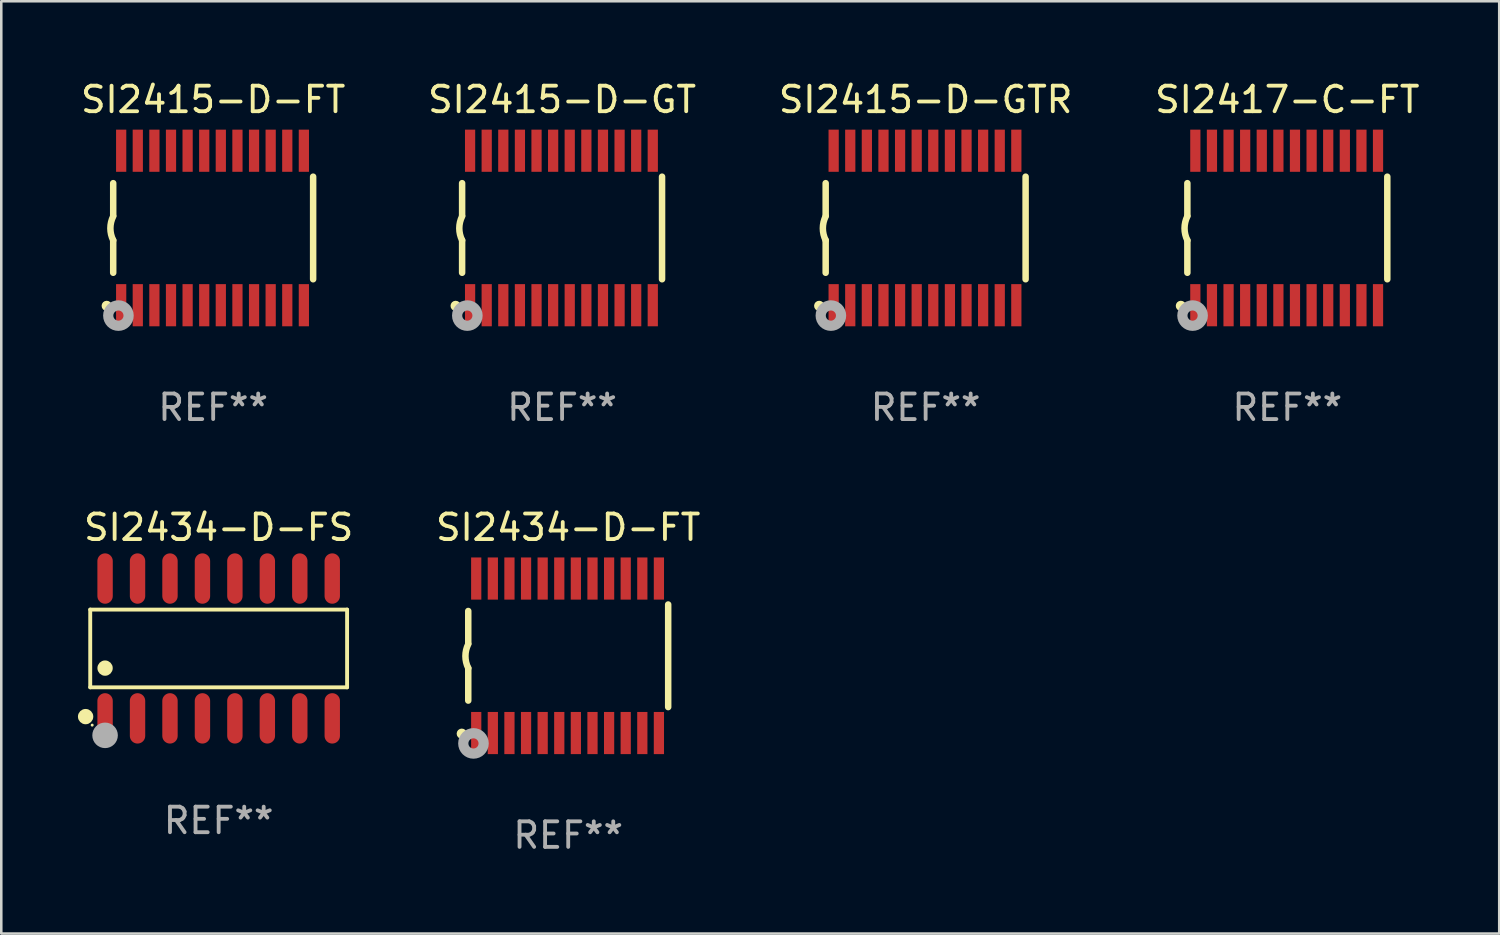
<source format=kicad_pcb>
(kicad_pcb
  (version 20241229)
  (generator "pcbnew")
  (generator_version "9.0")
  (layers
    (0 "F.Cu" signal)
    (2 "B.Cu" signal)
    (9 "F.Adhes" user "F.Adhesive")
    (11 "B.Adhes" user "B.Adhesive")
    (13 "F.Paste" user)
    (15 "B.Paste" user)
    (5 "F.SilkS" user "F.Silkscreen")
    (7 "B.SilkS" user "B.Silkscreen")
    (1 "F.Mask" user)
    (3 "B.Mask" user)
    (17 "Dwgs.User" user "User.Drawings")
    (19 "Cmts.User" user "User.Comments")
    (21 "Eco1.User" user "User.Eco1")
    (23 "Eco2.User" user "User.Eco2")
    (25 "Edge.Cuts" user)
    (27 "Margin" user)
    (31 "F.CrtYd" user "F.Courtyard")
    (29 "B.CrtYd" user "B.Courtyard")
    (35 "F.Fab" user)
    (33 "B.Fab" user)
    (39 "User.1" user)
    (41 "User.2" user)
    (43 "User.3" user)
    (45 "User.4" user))
  (footprint "SI2415-D-GT"
    (layer "F.Cu")
    (at 18.946 5.871)
    (property "Reference" "SI2415-D-GT" (at 0 -5.023 0) (layer "F.SilkS") (effects (font (size 1 1) (thickness 0.15))))
    (attr through_hole)
    (fp_line (start -3.912 -0.483) (end -3.912 -1.753) (stroke (width 0.254) (type solid)) (layer "F.SilkS"))
    (fp_line (start -3.912 1.753) (end -3.912 0.483) (stroke (width 0.254) (type solid)) (layer "F.SilkS"))
    (fp_line (start 3.912 -2.007) (end 3.912 2.007) (stroke (width 0.254) (type solid)) (layer "F.SilkS"))
    (fp_arc (start -3.911608 0.482601) (mid -4.022537 0.0127) (end -3.911608 -0.457201) (stroke (width 0.254001) (type solid)) (layer "F.SilkS"))
    (fp_circle (center -4.166 3.048) (end -4.066 3.048) (stroke (width 0.2) (type solid)) (fill no) (layer "F.SilkS"))
    (fp_circle (center -3.925 3.186) (end -3.895 3.186) (stroke (width 0.06) (type solid)) (fill no) (layer "F.SilkS"))
    (fp_circle (center -3.708 3.429) (end -3.509 3.429) (stroke (width 0.4) (type solid)) (fill no) (layer "F.Fab"))
    (fp_text user "REF**" (at 0 7.023 0) (layer "F.Fab") (effects (font (size 1 1) (thickness 0.15))))
    (pad "1" smd rect (at -3.6 3.023) (size 0.4 1.65) (layers "F.Cu" "F.Mask" "F.Paste"))
    (pad "2" smd rect (at -2.95 3.023) (size 0.4 1.65) (layers "F.Cu" "F.Mask" "F.Paste"))
    (pad "3" smd rect (at -2.3 3.023) (size 0.4 1.65) (layers "F.Cu" "F.Mask" "F.Paste"))
    (pad "4" smd rect (at -1.65 3.023) (size 0.4 1.65) (layers "F.Cu" "F.Mask" "F.Paste"))
    (pad "5" smd rect (at -1 3.023) (size 0.4 1.65) (layers "F.Cu" "F.Mask" "F.Paste"))
    (pad "6" smd rect (at -0.35 3.023) (size 0.4 1.65) (layers "F.Cu" "F.Mask" "F.Paste"))
    (pad "7" smd rect (at 0.299 3.023) (size 0.4 1.65) (layers "F.Cu" "F.Mask" "F.Paste"))
    (pad "8" smd rect (at 0.95 3.023) (size 0.4 1.65) (layers "F.Cu" "F.Mask" "F.Paste"))
    (pad "9" smd rect (at 1.6 3.023) (size 0.4 1.65) (layers "F.Cu" "F.Mask" "F.Paste"))
    (pad "10" smd rect (at 2.25 3.023) (size 0.4 1.65) (layers "F.Cu" "F.Mask" "F.Paste"))
    (pad "11" smd rect (at 2.9 3.023) (size 0.4 1.65) (layers "F.Cu" "F.Mask" "F.Paste"))
    (pad "12" smd rect (at 3.549 3.023) (size 0.4 1.65) (layers "F.Cu" "F.Mask" "F.Paste"))
    (pad "13" smd rect (at 3.549 -3.023) (size 0.4 1.65) (layers "F.Cu" "F.Mask" "F.Paste"))
    (pad "14" smd rect (at 2.9 -3.023) (size 0.4 1.65) (layers "F.Cu" "F.Mask" "F.Paste"))
    (pad "15" smd rect (at 2.25 -3.023) (size 0.4 1.65) (layers "F.Cu" "F.Mask" "F.Paste"))
    (pad "16" smd rect (at 1.6 -3.023) (size 0.4 1.65) (layers "F.Cu" "F.Mask" "F.Paste"))
    (pad "17" smd rect (at 0.95 -3.023) (size 0.4 1.65) (layers "F.Cu" "F.Mask" "F.Paste"))
    (pad "18" smd rect (at 0.299 -3.023) (size 0.4 1.65) (layers "F.Cu" "F.Mask" "F.Paste"))
    (pad "19" smd rect (at -0.35 -3.023) (size 0.4 1.65) (layers "F.Cu" "F.Mask" "F.Paste"))
    (pad "20" smd rect (at -1 -3.023) (size 0.4 1.65) (layers "F.Cu" "F.Mask" "F.Paste"))
    (pad "21" smd rect (at -1.65 -3.023) (size 0.4 1.65) (layers "F.Cu" "F.Mask" "F.Paste"))
    (pad "22" smd rect (at -2.3 -3.023) (size 0.4 1.65) (layers "F.Cu" "F.Mask" "F.Paste"))
    (pad "23" smd rect (at -2.95 -3.023) (size 0.4 1.65) (layers "F.Cu" "F.Mask" "F.Paste"))
    (pad "24" smd rect (at -3.6 -3.023) (size 0.4 1.65) (layers "F.Cu" "F.Mask" "F.Paste")))
  (footprint "SI2434-D-FT"
    (layer "F.Cu")
    (at 19.186 22.613)
    (property "Reference" "SI2434-D-FT" (at 0 -5.023 0) (layer "F.SilkS") (effects (font (size 1 1) (thickness 0.15))))
    (attr through_hole)
    (fp_line (start -3.912 -0.483) (end -3.912 -1.753) (stroke (width 0.254) (type solid)) (layer "F.SilkS"))
    (fp_line (start -3.912 1.753) (end -3.912 0.483) (stroke (width 0.254) (type solid)) (layer "F.SilkS"))
    (fp_line (start 3.912 -2.007) (end 3.912 2.007) (stroke (width 0.254) (type solid)) (layer "F.SilkS"))
    (fp_arc (start -3.911608 0.482601) (mid -4.022537 0.0127) (end -3.911608 -0.457201) (stroke (width 0.254001) (type solid)) (layer "F.SilkS"))
    (fp_circle (center -4.166 3.048) (end -4.066 3.048) (stroke (width 0.2) (type solid)) (fill no) (layer "F.SilkS"))
    (fp_circle (center -3.925 3.186) (end -3.895 3.186) (stroke (width 0.06) (type solid)) (fill no) (layer "F.SilkS"))
    (fp_circle (center -3.708 3.429) (end -3.509 3.429) (stroke (width 0.4) (type solid)) (fill no) (layer "F.Fab"))
    (fp_text user "REF**" (at 0 7.023 0) (layer "F.Fab") (effects (font (size 1 1) (thickness 0.15))))
    (pad "1" smd rect (at -3.6 3.023) (size 0.4 1.65) (layers "F.Cu" "F.Mask" "F.Paste"))
    (pad "2" smd rect (at -2.95 3.023) (size 0.4 1.65) (layers "F.Cu" "F.Mask" "F.Paste"))
    (pad "3" smd rect (at -2.3 3.023) (size 0.4 1.65) (layers "F.Cu" "F.Mask" "F.Paste"))
    (pad "4" smd rect (at -1.65 3.023) (size 0.4 1.65) (layers "F.Cu" "F.Mask" "F.Paste"))
    (pad "5" smd rect (at -1 3.023) (size 0.4 1.65) (layers "F.Cu" "F.Mask" "F.Paste"))
    (pad "6" smd rect (at -0.35 3.023) (size 0.4 1.65) (layers "F.Cu" "F.Mask" "F.Paste"))
    (pad "7" smd rect (at 0.299 3.023) (size 0.4 1.65) (layers "F.Cu" "F.Mask" "F.Paste"))
    (pad "8" smd rect (at 0.95 3.023) (size 0.4 1.65) (layers "F.Cu" "F.Mask" "F.Paste"))
    (pad "9" smd rect (at 1.6 3.023) (size 0.4 1.65) (layers "F.Cu" "F.Mask" "F.Paste"))
    (pad "10" smd rect (at 2.25 3.023) (size 0.4 1.65) (layers "F.Cu" "F.Mask" "F.Paste"))
    (pad "11" smd rect (at 2.9 3.023) (size 0.4 1.65) (layers "F.Cu" "F.Mask" "F.Paste"))
    (pad "12" smd rect (at 3.549 3.023) (size 0.4 1.65) (layers "F.Cu" "F.Mask" "F.Paste"))
    (pad "13" smd rect (at 3.549 -3.023) (size 0.4 1.65) (layers "F.Cu" "F.Mask" "F.Paste"))
    (pad "14" smd rect (at 2.9 -3.023) (size 0.4 1.65) (layers "F.Cu" "F.Mask" "F.Paste"))
    (pad "15" smd rect (at 2.25 -3.023) (size 0.4 1.65) (layers "F.Cu" "F.Mask" "F.Paste"))
    (pad "16" smd rect (at 1.6 -3.023) (size 0.4 1.65) (layers "F.Cu" "F.Mask" "F.Paste"))
    (pad "17" smd rect (at 0.95 -3.023) (size 0.4 1.65) (layers "F.Cu" "F.Mask" "F.Paste"))
    (pad "18" smd rect (at 0.299 -3.023) (size 0.4 1.65) (layers "F.Cu" "F.Mask" "F.Paste"))
    (pad "19" smd rect (at -0.35 -3.023) (size 0.4 1.65) (layers "F.Cu" "F.Mask" "F.Paste"))
    (pad "20" smd rect (at -1 -3.023) (size 0.4 1.65) (layers "F.Cu" "F.Mask" "F.Paste"))
    (pad "21" smd rect (at -1.65 -3.023) (size 0.4 1.65) (layers "F.Cu" "F.Mask" "F.Paste"))
    (pad "22" smd rect (at -2.3 -3.023) (size 0.4 1.65) (layers "F.Cu" "F.Mask" "F.Paste"))
    (pad "23" smd rect (at -2.95 -3.023) (size 0.4 1.65) (layers "F.Cu" "F.Mask" "F.Paste"))
    (pad "24" smd rect (at -3.6 -3.023) (size 0.4 1.65) (layers "F.Cu" "F.Mask" "F.Paste")))
  (footprint "SI2434-D-FS"
    (layer "F.Cu")
    (at 5.507 22.326)
    (property "Reference" "SI2434-D-FS" (at 0 -4.736 0) (layer "F.SilkS") (effects (font (size 1 1) (thickness 0.15))))
    (attr through_hole)
    (fp_line (start -5.026 -1.521) (end 5.026 -1.521) (stroke (width 0.152) (type solid)) (layer "F.SilkS"))
    (fp_line (start -5.026 1.521) (end -5.026 -1.521) (stroke (width 0.152) (type solid)) (layer "F.SilkS"))
    (fp_line (start 5.026 -1.521) (end 5.026 1.521) (stroke (width 0.152) (type solid)) (layer "F.SilkS"))
    (fp_line (start 5.026 1.521) (end -5.026 1.521) (stroke (width 0.152) (type solid)) (layer "F.SilkS"))
    (fp_circle (center -5.207 2.667) (end -5.057 2.667) (stroke (width 0.3) (type solid)) (fill no) (layer "F.SilkS"))
    (fp_circle (center -4.95 3) (end -4.92 3) (stroke (width 0.06) (type solid)) (fill no) (layer "F.SilkS"))
    (fp_circle (center -4.445 0.769) (end -4.295 0.769) (stroke (width 0.3) (type solid)) (fill no) (layer "F.SilkS"))
    (fp_circle (center -4.445 3.4) (end -4.195 3.4) (stroke (width 0.5) (type solid)) (fill no) (layer "F.Fab"))
    (fp_text user "REF**" (at 0 6.736 0) (layer "F.Fab") (effects (font (size 1 1) (thickness 0.15))))
    (pad "1" smd oval (at -4.445 2.736) (size 0.602 1.971) (layers "F.Cu" "F.Mask" "F.Paste"))
    (pad "2" smd oval (at -3.175 2.736) (size 0.602 1.971) (layers "F.Cu" "F.Mask" "F.Paste"))
    (pad "3" smd oval (at -1.905 2.736) (size 0.602 1.971) (layers "F.Cu" "F.Mask" "F.Paste"))
    (pad "4" smd oval (at -0.635 2.736) (size 0.602 1.971) (layers "F.Cu" "F.Mask" "F.Paste"))
    (pad "5" smd oval (at 0.635 2.736) (size 0.602 1.971) (layers "F.Cu" "F.Mask" "F.Paste"))
    (pad "6" smd oval (at 1.905 2.736) (size 0.602 1.971) (layers "F.Cu" "F.Mask" "F.Paste"))
    (pad "7" smd oval (at 3.175 2.736) (size 0.602 1.971) (layers "F.Cu" "F.Mask" "F.Paste"))
    (pad "8" smd oval (at 4.445 2.736) (size 0.602 1.971) (layers "F.Cu" "F.Mask" "F.Paste"))
    (pad "9" smd oval (at 4.445 -2.736) (size 0.602 1.971) (layers "F.Cu" "F.Mask" "F.Paste"))
    (pad "10" smd oval (at 3.175 -2.736) (size 0.602 1.971) (layers "F.Cu" "F.Mask" "F.Paste"))
    (pad "11" smd oval (at 1.905 -2.736) (size 0.602 1.971) (layers "F.Cu" "F.Mask" "F.Paste"))
    (pad "12" smd oval (at 0.635 -2.736) (size 0.602 1.971) (layers "F.Cu" "F.Mask" "F.Paste"))
    (pad "13" smd oval (at -0.635 -2.736) (size 0.602 1.971) (layers "F.Cu" "F.Mask" "F.Paste"))
    (pad "14" smd oval (at -1.905 -2.736) (size 0.602 1.971) (layers "F.Cu" "F.Mask" "F.Paste"))
    (pad "15" smd oval (at -3.175 -2.736) (size 0.602 1.971) (layers "F.Cu" "F.Mask" "F.Paste"))
    (pad "16" smd oval (at -4.445 -2.736) (size 0.602 1.971) (layers "F.Cu" "F.Mask" "F.Paste")))
  (footprint "SI2415-D-GTR"
    (layer "F.Cu")
    (at 33.173 5.871)
    (property "Reference" "SI2415-D-GTR" (at 0 -5.023 0) (layer "F.SilkS") (effects (font (size 1 1) (thickness 0.15))))
    (attr through_hole)
    (fp_line (start -3.912 -0.483) (end -3.912 -1.753) (stroke (width 0.254) (type solid)) (layer "F.SilkS"))
    (fp_line (start -3.912 1.753) (end -3.912 0.483) (stroke (width 0.254) (type solid)) (layer "F.SilkS"))
    (fp_line (start 3.912 -2.007) (end 3.912 2.007) (stroke (width 0.254) (type solid)) (layer "F.SilkS"))
    (fp_arc (start -3.911608 0.482601) (mid -4.022537 0.0127) (end -3.911608 -0.457201) (stroke (width 0.254001) (type solid)) (layer "F.SilkS"))
    (fp_circle (center -4.166 3.048) (end -4.066 3.048) (stroke (width 0.2) (type solid)) (fill no) (layer "F.SilkS"))
    (fp_circle (center -3.925 3.186) (end -3.895 3.186) (stroke (width 0.06) (type solid)) (fill no) (layer "F.SilkS"))
    (fp_circle (center -3.708 3.429) (end -3.509 3.429) (stroke (width 0.4) (type solid)) (fill no) (layer "F.Fab"))
    (fp_text user "REF**" (at 0 7.023 0) (layer "F.Fab") (effects (font (size 1 1) (thickness 0.15))))
    (pad "1" smd rect (at -3.6 3.023) (size 0.4 1.65) (layers "F.Cu" "F.Mask" "F.Paste"))
    (pad "2" smd rect (at -2.95 3.023) (size 0.4 1.65) (layers "F.Cu" "F.Mask" "F.Paste"))
    (pad "3" smd rect (at -2.3 3.023) (size 0.4 1.65) (layers "F.Cu" "F.Mask" "F.Paste"))
    (pad "4" smd rect (at -1.65 3.023) (size 0.4 1.65) (layers "F.Cu" "F.Mask" "F.Paste"))
    (pad "5" smd rect (at -1 3.023) (size 0.4 1.65) (layers "F.Cu" "F.Mask" "F.Paste"))
    (pad "6" smd rect (at -0.35 3.023) (size 0.4 1.65) (layers "F.Cu" "F.Mask" "F.Paste"))
    (pad "7" smd rect (at 0.299 3.023) (size 0.4 1.65) (layers "F.Cu" "F.Mask" "F.Paste"))
    (pad "8" smd rect (at 0.95 3.023) (size 0.4 1.65) (layers "F.Cu" "F.Mask" "F.Paste"))
    (pad "9" smd rect (at 1.6 3.023) (size 0.4 1.65) (layers "F.Cu" "F.Mask" "F.Paste"))
    (pad "10" smd rect (at 2.25 3.023) (size 0.4 1.65) (layers "F.Cu" "F.Mask" "F.Paste"))
    (pad "11" smd rect (at 2.9 3.023) (size 0.4 1.65) (layers "F.Cu" "F.Mask" "F.Paste"))
    (pad "12" smd rect (at 3.549 3.023) (size 0.4 1.65) (layers "F.Cu" "F.Mask" "F.Paste"))
    (pad "13" smd rect (at 3.549 -3.023) (size 0.4 1.65) (layers "F.Cu" "F.Mask" "F.Paste"))
    (pad "14" smd rect (at 2.9 -3.023) (size 0.4 1.65) (layers "F.Cu" "F.Mask" "F.Paste"))
    (pad "15" smd rect (at 2.25 -3.023) (size 0.4 1.65) (layers "F.Cu" "F.Mask" "F.Paste"))
    (pad "16" smd rect (at 1.6 -3.023) (size 0.4 1.65) (layers "F.Cu" "F.Mask" "F.Paste"))
    (pad "17" smd rect (at 0.95 -3.023) (size 0.4 1.65) (layers "F.Cu" "F.Mask" "F.Paste"))
    (pad "18" smd rect (at 0.299 -3.023) (size 0.4 1.65) (layers "F.Cu" "F.Mask" "F.Paste"))
    (pad "19" smd rect (at -0.35 -3.023) (size 0.4 1.65) (layers "F.Cu" "F.Mask" "F.Paste"))
    (pad "20" smd rect (at -1 -3.023) (size 0.4 1.65) (layers "F.Cu" "F.Mask" "F.Paste"))
    (pad "21" smd rect (at -1.65 -3.023) (size 0.4 1.65) (layers "F.Cu" "F.Mask" "F.Paste"))
    (pad "22" smd rect (at -2.3 -3.023) (size 0.4 1.65) (layers "F.Cu" "F.Mask" "F.Paste"))
    (pad "23" smd rect (at -2.95 -3.023) (size 0.4 1.65) (layers "F.Cu" "F.Mask" "F.Paste"))
    (pad "24" smd rect (at -3.6 -3.023) (size 0.4 1.65) (layers "F.Cu" "F.Mask" "F.Paste")))
  (footprint "SI2415-D-FT"
    (layer "F.Cu")
    (at 5.292 5.871)
    (property "Reference" "SI2415-D-FT" (at 0 -5.023 0) (layer "F.SilkS") (effects (font (size 1 1) (thickness 0.15))))
    (attr through_hole)
    (fp_line (start -3.912 -0.483) (end -3.912 -1.753) (stroke (width 0.254) (type solid)) (layer "F.SilkS"))
    (fp_line (start -3.912 1.753) (end -3.912 0.483) (stroke (width 0.254) (type solid)) (layer "F.SilkS"))
    (fp_line (start 3.912 -2.007) (end 3.912 2.007) (stroke (width 0.254) (type solid)) (layer "F.SilkS"))
    (fp_arc (start -3.911608 0.482601) (mid -4.022537 0.0127) (end -3.911608 -0.457201) (stroke (width 0.254001) (type solid)) (layer "F.SilkS"))
    (fp_circle (center -4.166 3.048) (end -4.066 3.048) (stroke (width 0.2) (type solid)) (fill no) (layer "F.SilkS"))
    (fp_circle (center -3.925 3.186) (end -3.895 3.186) (stroke (width 0.06) (type solid)) (fill no) (layer "F.SilkS"))
    (fp_circle (center -3.708 3.429) (end -3.509 3.429) (stroke (width 0.4) (type solid)) (fill no) (layer "F.Fab"))
    (fp_text user "REF**" (at 0 7.023 0) (layer "F.Fab") (effects (font (size 1 1) (thickness 0.15))))
    (pad "1" smd rect (at -3.6 3.023) (size 0.4 1.65) (layers "F.Cu" "F.Mask" "F.Paste"))
    (pad "2" smd rect (at -2.95 3.023) (size 0.4 1.65) (layers "F.Cu" "F.Mask" "F.Paste"))
    (pad "3" smd rect (at -2.3 3.023) (size 0.4 1.65) (layers "F.Cu" "F.Mask" "F.Paste"))
    (pad "4" smd rect (at -1.65 3.023) (size 0.4 1.65) (layers "F.Cu" "F.Mask" "F.Paste"))
    (pad "5" smd rect (at -1 3.023) (size 0.4 1.65) (layers "F.Cu" "F.Mask" "F.Paste"))
    (pad "6" smd rect (at -0.35 3.023) (size 0.4 1.65) (layers "F.Cu" "F.Mask" "F.Paste"))
    (pad "7" smd rect (at 0.299 3.023) (size 0.4 1.65) (layers "F.Cu" "F.Mask" "F.Paste"))
    (pad "8" smd rect (at 0.95 3.023) (size 0.4 1.65) (layers "F.Cu" "F.Mask" "F.Paste"))
    (pad "9" smd rect (at 1.6 3.023) (size 0.4 1.65) (layers "F.Cu" "F.Mask" "F.Paste"))
    (pad "10" smd rect (at 2.25 3.023) (size 0.4 1.65) (layers "F.Cu" "F.Mask" "F.Paste"))
    (pad "11" smd rect (at 2.9 3.023) (size 0.4 1.65) (layers "F.Cu" "F.Mask" "F.Paste"))
    (pad "12" smd rect (at 3.549 3.023) (size 0.4 1.65) (layers "F.Cu" "F.Mask" "F.Paste"))
    (pad "13" smd rect (at 3.549 -3.023) (size 0.4 1.65) (layers "F.Cu" "F.Mask" "F.Paste"))
    (pad "14" smd rect (at 2.9 -3.023) (size 0.4 1.65) (layers "F.Cu" "F.Mask" "F.Paste"))
    (pad "15" smd rect (at 2.25 -3.023) (size 0.4 1.65) (layers "F.Cu" "F.Mask" "F.Paste"))
    (pad "16" smd rect (at 1.6 -3.023) (size 0.4 1.65) (layers "F.Cu" "F.Mask" "F.Paste"))
    (pad "17" smd rect (at 0.95 -3.023) (size 0.4 1.65) (layers "F.Cu" "F.Mask" "F.Paste"))
    (pad "18" smd rect (at 0.299 -3.023) (size 0.4 1.65) (layers "F.Cu" "F.Mask" "F.Paste"))
    (pad "19" smd rect (at -0.35 -3.023) (size 0.4 1.65) (layers "F.Cu" "F.Mask" "F.Paste"))
    (pad "20" smd rect (at -1 -3.023) (size 0.4 1.65) (layers "F.Cu" "F.Mask" "F.Paste"))
    (pad "21" smd rect (at -1.65 -3.023) (size 0.4 1.65) (layers "F.Cu" "F.Mask" "F.Paste"))
    (pad "22" smd rect (at -2.3 -3.023) (size 0.4 1.65) (layers "F.Cu" "F.Mask" "F.Paste"))
    (pad "23" smd rect (at -2.95 -3.023) (size 0.4 1.65) (layers "F.Cu" "F.Mask" "F.Paste"))
    (pad "24" smd rect (at -3.6 -3.023) (size 0.4 1.65) (layers "F.Cu" "F.Mask" "F.Paste")))
  (footprint "SI2417-C-FT"
    (layer "F.Cu")
    (at 47.327 5.871)
    (property "Reference" "SI2417-C-FT" (at 0 -5.023 0) (layer "F.SilkS") (effects (font (size 1 1) (thickness 0.15))))
    (attr through_hole)
    (fp_line (start -3.912 -0.483) (end -3.912 -1.753) (stroke (width 0.254) (type solid)) (layer "F.SilkS"))
    (fp_line (start -3.912 1.753) (end -3.912 0.483) (stroke (width 0.254) (type solid)) (layer "F.SilkS"))
    (fp_line (start 3.912 -2.007) (end 3.912 2.007) (stroke (width 0.254) (type solid)) (layer "F.SilkS"))
    (fp_arc (start -3.911608 0.482601) (mid -4.022537 0.0127) (end -3.911608 -0.457201) (stroke (width 0.254001) (type solid)) (layer "F.SilkS"))
    (fp_circle (center -4.166 3.048) (end -4.066 3.048) (stroke (width 0.2) (type solid)) (fill no) (layer "F.SilkS"))
    (fp_circle (center -3.925 3.186) (end -3.895 3.186) (stroke (width 0.06) (type solid)) (fill no) (layer "F.SilkS"))
    (fp_circle (center -3.708 3.429) (end -3.509 3.429) (stroke (width 0.4) (type solid)) (fill no) (layer "F.Fab"))
    (fp_text user "REF**" (at 0 7.023 0) (layer "F.Fab") (effects (font (size 1 1) (thickness 0.15))))
    (pad "1" smd rect (at -3.6 3.023) (size 0.4 1.65) (layers "F.Cu" "F.Mask" "F.Paste"))
    (pad "2" smd rect (at -2.95 3.023) (size 0.4 1.65) (layers "F.Cu" "F.Mask" "F.Paste"))
    (pad "3" smd rect (at -2.3 3.023) (size 0.4 1.65) (layers "F.Cu" "F.Mask" "F.Paste"))
    (pad "4" smd rect (at -1.65 3.023) (size 0.4 1.65) (layers "F.Cu" "F.Mask" "F.Paste"))
    (pad "5" smd rect (at -1 3.023) (size 0.4 1.65) (layers "F.Cu" "F.Mask" "F.Paste"))
    (pad "6" smd rect (at -0.35 3.023) (size 0.4 1.65) (layers "F.Cu" "F.Mask" "F.Paste"))
    (pad "7" smd rect (at 0.299 3.023) (size 0.4 1.65) (layers "F.Cu" "F.Mask" "F.Paste"))
    (pad "8" smd rect (at 0.95 3.023) (size 0.4 1.65) (layers "F.Cu" "F.Mask" "F.Paste"))
    (pad "9" smd rect (at 1.6 3.023) (size 0.4 1.65) (layers "F.Cu" "F.Mask" "F.Paste"))
    (pad "10" smd rect (at 2.25 3.023) (size 0.4 1.65) (layers "F.Cu" "F.Mask" "F.Paste"))
    (pad "11" smd rect (at 2.9 3.023) (size 0.4 1.65) (layers "F.Cu" "F.Mask" "F.Paste"))
    (pad "12" smd rect (at 3.549 3.023) (size 0.4 1.65) (layers "F.Cu" "F.Mask" "F.Paste"))
    (pad "13" smd rect (at 3.549 -3.023) (size 0.4 1.65) (layers "F.Cu" "F.Mask" "F.Paste"))
    (pad "14" smd rect (at 2.9 -3.023) (size 0.4 1.65) (layers "F.Cu" "F.Mask" "F.Paste"))
    (pad "15" smd rect (at 2.25 -3.023) (size 0.4 1.65) (layers "F.Cu" "F.Mask" "F.Paste"))
    (pad "16" smd rect (at 1.6 -3.023) (size 0.4 1.65) (layers "F.Cu" "F.Mask" "F.Paste"))
    (pad "17" smd rect (at 0.95 -3.023) (size 0.4 1.65) (layers "F.Cu" "F.Mask" "F.Paste"))
    (pad "18" smd rect (at 0.299 -3.023) (size 0.4 1.65) (layers "F.Cu" "F.Mask" "F.Paste"))
    (pad "19" smd rect (at -0.35 -3.023) (size 0.4 1.65) (layers "F.Cu" "F.Mask" "F.Paste"))
    (pad "20" smd rect (at -1 -3.023) (size 0.4 1.65) (layers "F.Cu" "F.Mask" "F.Paste"))
    (pad "21" smd rect (at -1.65 -3.023) (size 0.4 1.65) (layers "F.Cu" "F.Mask" "F.Paste"))
    (pad "22" smd rect (at -2.3 -3.023) (size 0.4 1.65) (layers "F.Cu" "F.Mask" "F.Paste"))
    (pad "23" smd rect (at -2.95 -3.023) (size 0.4 1.65) (layers "F.Cu" "F.Mask" "F.Paste"))
    (pad "24" smd rect (at -3.6 -3.023) (size 0.4 1.65) (layers "F.Cu" "F.Mask" "F.Paste")))
  (gr_rect
    (start -3 -3)
    (end 55.619 33.483)
    (stroke (width 0.1) (type default))
    (fill no)
    (layer "Edge.Cuts")))
</source>
